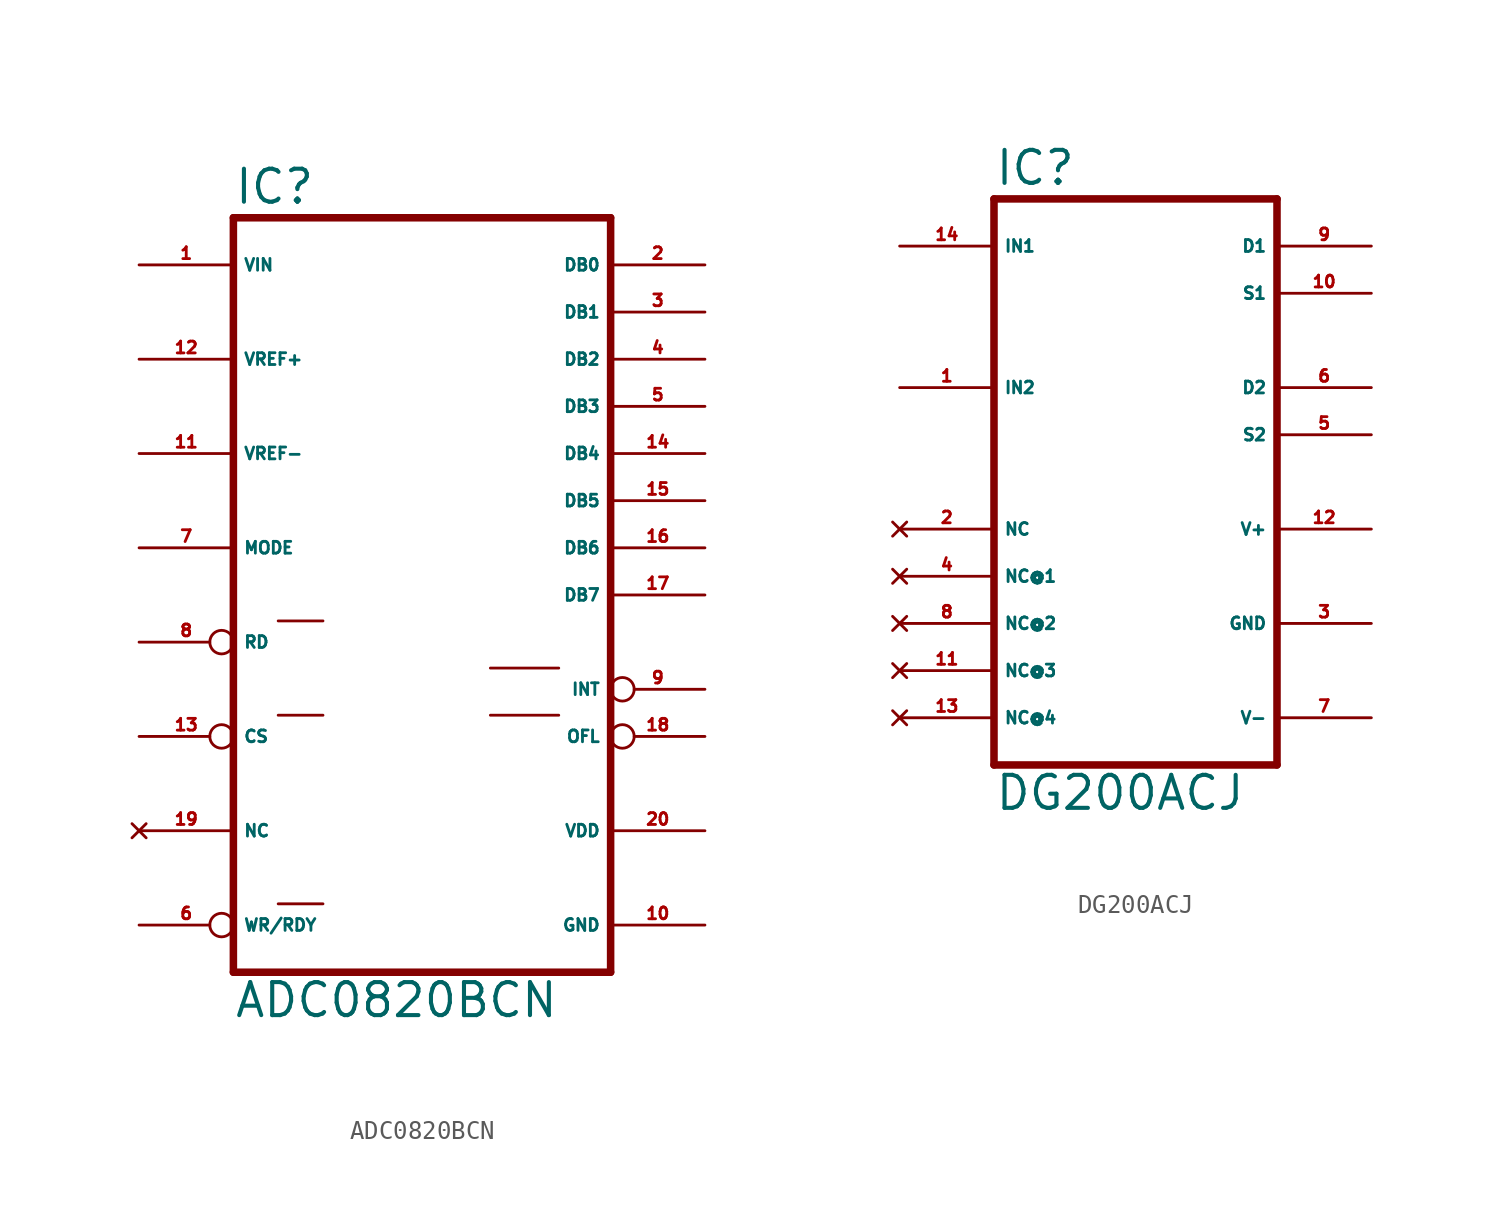
<source format=kicad_sym>
(kicad_symbol_lib
  (version 20220914)
  (generator Eagle2Kicad)
  (symbol "ADC0820BCN"
    (property "Reference" "IC"
      (at -10.16 20.955 0)
      (effects (font (size 1.778 1.778) (thickness 0.22)) (justify left bottom)))
    (property "Value" "ADC0820BCN"
      (at -10.16 -22.86 0)
      (effects (font (size 1.778 1.778) (thickness 0.22)) (justify left bottom)))
    (polyline
      (pts (xy 10.16 -20.32) (xy -10.16 -20.32))
      (stroke (width 0.406) (type default))
      (fill (type none)))
    (polyline
      (pts (xy -10.16 20.32) (xy -10.16 -20.32))
      (stroke (width 0.406) (type default))
      (fill (type none)))
    (polyline
      (pts (xy -10.16 20.32) (xy 10.16 20.32))
      (stroke (width 0.406) (type default))
      (fill (type none)))
    (polyline
      (pts (xy 10.16 -20.32) (xy 10.16 20.32))
      (stroke (width 0.406) (type default))
      (fill (type none)))
    (polyline
      (pts (xy -7.747 -6.477) (xy -5.334 -6.477))
      (stroke (width 0.152) (type default))
      (fill (type none)))
    (polyline
      (pts (xy -7.747 -1.397) (xy -5.334 -1.397))
      (stroke (width 0.152) (type default))
      (fill (type none)))
    (polyline
      (pts (xy -7.747 -16.637) (xy -5.334 -16.637))
      (stroke (width 0.152) (type default))
      (fill (type none)))
    (polyline
      (pts (xy 3.683 -6.477) (xy 7.366 -6.477))
      (stroke (width 0.152) (type default))
      (fill (type none)))
    (polyline
      (pts (xy 3.683 -3.937) (xy 7.366 -3.937))
      (stroke (width 0.152) (type default))
      (fill (type none)))
    (pin tri_state line
      (at 15.24 17.78 180)
      (length 5.08)
      (name "DB0" (effects (font (size 0.635 0.635) (thickness 0.08)) (justify left bottom)))
      (number "2" (effects (font (size 0.635 0.635) (thickness 0.08)) (justify left bottom))))
    (pin tri_state line
      (at 15.24 15.24 180)
      (length 5.08)
      (name "DB1" (effects (font (size 0.635 0.635) (thickness 0.08)) (justify left bottom)))
      (number "3" (effects (font (size 0.635 0.635) (thickness 0.08)) (justify left bottom))))
    (pin tri_state line
      (at 15.24 12.7 180)
      (length 5.08)
      (name "DB2" (effects (font (size 0.635 0.635) (thickness 0.08)) (justify left bottom)))
      (number "4" (effects (font (size 0.635 0.635) (thickness 0.08)) (justify left bottom))))
    (pin tri_state line
      (at 15.24 10.16 180)
      (length 5.08)
      (name "DB3" (effects (font (size 0.635 0.635) (thickness 0.08)) (justify left bottom)))
      (number "5" (effects (font (size 0.635 0.635) (thickness 0.08)) (justify left bottom))))
    (pin tri_state line
      (at 15.24 7.62 180)
      (length 5.08)
      (name "DB4" (effects (font (size 0.635 0.635) (thickness 0.08)) (justify left bottom)))
      (number "14" (effects (font (size 0.635 0.635) (thickness 0.08)) (justify left bottom))))
    (pin tri_state line
      (at 15.24 5.08 180)
      (length 5.08)
      (name "DB5" (effects (font (size 0.635 0.635) (thickness 0.08)) (justify left bottom)))
      (number "15" (effects (font (size 0.635 0.635) (thickness 0.08)) (justify left bottom))))
    (pin tri_state line
      (at 15.24 2.54 180)
      (length 5.08)
      (name "DB6" (effects (font (size 0.635 0.635) (thickness 0.08)) (justify left bottom)))
      (number "16" (effects (font (size 0.635 0.635) (thickness 0.08)) (justify left bottom))))
    (pin tri_state line
      (at 15.24 0 180)
      (length 5.08)
      (name "DB7" (effects (font (size 0.635 0.635) (thickness 0.08)) (justify left bottom)))
      (number "17" (effects (font (size 0.635 0.635) (thickness 0.08)) (justify left bottom))))
    (pin bidirectional inverted
      (at -15.24 -17.78 0)
      (length 5.08)
      (name "WR/RDY" (effects (font (size 0.635 0.635) (thickness 0.08)) (justify left bottom)))
      (number "6" (effects (font (size 0.635 0.635) (thickness 0.08)) (justify left bottom))))
    (pin input line
      (at -15.24 2.54 0)
      (length 5.08)
      (name "MODE" (effects (font (size 0.635 0.635) (thickness 0.08)) (justify left bottom)))
      (number "7" (effects (font (size 0.635 0.635) (thickness 0.08)) (justify left bottom))))
    (pin input inverted
      (at -15.24 -2.54 0)
      (length 5.08)
      (name "RD" (effects (font (size 0.635 0.635) (thickness 0.08)) (justify left bottom)))
      (number "8" (effects (font (size 0.635 0.635) (thickness 0.08)) (justify left bottom))))
    (pin output inverted
      (at 15.24 -5.08 180)
      (length 5.08)
      (name "INT" (effects (font (size 0.635 0.635) (thickness 0.08)) (justify left bottom)))
      (number "9" (effects (font (size 0.635 0.635) (thickness 0.08)) (justify left bottom))))
    (pin input inverted
      (at -15.24 -7.62 0)
      (length 5.08)
      (name "CS" (effects (font (size 0.635 0.635) (thickness 0.08)) (justify left bottom)))
      (number "13" (effects (font (size 0.635 0.635) (thickness 0.08)) (justify left bottom))))
    (pin passive line
      (at -15.24 7.62 0)
      (length 5.08)
      (name "VREF-" (effects (font (size 0.635 0.635) (thickness 0.08)) (justify left bottom)))
      (number "11" (effects (font (size 0.635 0.635) (thickness 0.08)) (justify left bottom))))
    (pin passive line
      (at -15.24 12.7 0)
      (length 5.08)
      (name "VREF+" (effects (font (size 0.635 0.635) (thickness 0.08)) (justify left bottom)))
      (number "12" (effects (font (size 0.635 0.635) (thickness 0.08)) (justify left bottom))))
    (pin output inverted
      (at 15.24 -7.62 180)
      (length 5.08)
      (name "OFL" (effects (font (size 0.635 0.635) (thickness 0.08)) (justify left bottom)))
      (number "18" (effects (font (size 0.635 0.635) (thickness 0.08)) (justify left bottom))))
    (pin unspecified line
      (at 15.24 -12.7 180)
      (length 5.08)
      (name "VDD" (effects (font (size 0.635 0.635) (thickness 0.08)) (justify left bottom)))
      (number "20" (effects (font (size 0.635 0.635) (thickness 0.08)) (justify left bottom))))
    (pin unspecified line
      (at 15.24 -17.78 180)
      (length 5.08)
      (name "GND" (effects (font (size 0.635 0.635) (thickness 0.08)) (justify left bottom)))
      (number "10" (effects (font (size 0.635 0.635) (thickness 0.08)) (justify left bottom))))
    (pin input line
      (at -15.24 17.78 0)
      (length 5.08)
      (name "VIN" (effects (font (size 0.635 0.635) (thickness 0.08)) (justify left bottom)))
      (number "1" (effects (font (size 0.635 0.635) (thickness 0.08)) (justify left bottom))))
    (pin no_connect line
      (at -15.24 -12.7 0)
      (length 5.08)
      (name "NC" (effects (font (size 0.635 0.635) (thickness 0.08)) (justify left bottom) hide))
      (number "19" (effects (font (size 0.635 0.635) (thickness 0.08)) (justify left bottom) hide))))
  (symbol "DG200ACJ"
    (property "Reference" "IC"
      (at -7.62 15.875 0)
      (effects (font (size 1.778 1.778) (thickness 0.22)) (justify left bottom)))
    (property "Value" "DG200ACJ"
      (at -7.62 -17.78 0)
      (effects (font (size 1.778 1.778) (thickness 0.22)) (justify left bottom)))
    (polyline
      (pts (xy 7.62 -15.24) (xy -7.62 -15.24))
      (stroke (width 0.406) (type default))
      (fill (type none)))
    (polyline
      (pts (xy -7.62 15.24) (xy -7.62 -15.24))
      (stroke (width 0.406) (type default))
      (fill (type none)))
    (polyline
      (pts (xy -7.62 15.24) (xy 7.62 15.24))
      (stroke (width 0.406) (type default))
      (fill (type none)))
    (polyline
      (pts (xy 7.62 -15.24) (xy 7.62 15.24))
      (stroke (width 0.406) (type default))
      (fill (type none)))
    (pin passive line
      (at 12.7 10.16 180)
      (length 5.08)
      (name "S1" (effects (font (size 0.635 0.635) (thickness 0.08)) (justify left bottom)))
      (number "10" (effects (font (size 0.635 0.635) (thickness 0.08)) (justify left bottom))))
    (pin passive line
      (at 12.7 2.54 180)
      (length 5.08)
      (name "S2" (effects (font (size 0.635 0.635) (thickness 0.08)) (justify left bottom)))
      (number "5" (effects (font (size 0.635 0.635) (thickness 0.08)) (justify left bottom))))
    (pin input line
      (at -12.7 12.7 0)
      (length 5.08)
      (name "IN1" (effects (font (size 0.635 0.635) (thickness 0.08)) (justify left bottom)))
      (number "14" (effects (font (size 0.635 0.635) (thickness 0.08)) (justify left bottom))))
    (pin input line
      (at -12.7 5.08 0)
      (length 5.08)
      (name "IN2" (effects (font (size 0.635 0.635) (thickness 0.08)) (justify left bottom)))
      (number "1" (effects (font (size 0.635 0.635) (thickness 0.08)) (justify left bottom))))
    (pin passive line
      (at 12.7 12.7 180)
      (length 5.08)
      (name "D1" (effects (font (size 0.635 0.635) (thickness 0.08)) (justify left bottom)))
      (number "9" (effects (font (size 0.635 0.635) (thickness 0.08)) (justify left bottom))))
    (pin passive line
      (at 12.7 5.08 180)
      (length 5.08)
      (name "D2" (effects (font (size 0.635 0.635) (thickness 0.08)) (justify left bottom)))
      (number "6" (effects (font (size 0.635 0.635) (thickness 0.08)) (justify left bottom))))
    (pin no_connect line
      (at -12.7 -2.54 0)
      (length 5.08)
      (name "NC" (effects (font (size 0.635 0.635) (thickness 0.08)) (justify left bottom) hide))
      (number "2" (effects (font (size 0.635 0.635) (thickness 0.08)) (justify left bottom) hide)))
    (pin no_connect line
      (at -12.7 -5.08 0)
      (length 5.08)
      (name "NC@1" (effects (font (size 0.635 0.635) (thickness 0.08)) (justify left bottom) hide))
      (number "4" (effects (font (size 0.635 0.635) (thickness 0.08)) (justify left bottom) hide)))
    (pin no_connect line
      (at -12.7 -7.62 0)
      (length 5.08)
      (name "NC@2" (effects (font (size 0.635 0.635) (thickness 0.08)) (justify left bottom) hide))
      (number "8" (effects (font (size 0.635 0.635) (thickness 0.08)) (justify left bottom) hide)))
    (pin no_connect line
      (at -12.7 -10.16 0)
      (length 5.08)
      (name "NC@3" (effects (font (size 0.635 0.635) (thickness 0.08)) (justify left bottom) hide))
      (number "11" (effects (font (size 0.635 0.635) (thickness 0.08)) (justify left bottom) hide)))
    (pin unspecified line
      (at 12.7 -7.62 180)
      (length 5.08)
      (name "GND" (effects (font (size 0.635 0.635) (thickness 0.08)) (justify left bottom)))
      (number "3" (effects (font (size 0.635 0.635) (thickness 0.08)) (justify left bottom))))
    (pin unspecified line
      (at 12.7 -12.7 180)
      (length 5.08)
      (name "V-" (effects (font (size 0.635 0.635) (thickness 0.08)) (justify left bottom)))
      (number "7" (effects (font (size 0.635 0.635) (thickness 0.08)) (justify left bottom))))
    (pin unspecified line
      (at 12.7 -2.54 180)
      (length 5.08)
      (name "V+" (effects (font (size 0.635 0.635) (thickness 0.08)) (justify left bottom)))
      (number "12" (effects (font (size 0.635 0.635) (thickness 0.08)) (justify left bottom))))
    (pin no_connect line
      (at -12.7 -12.7 0)
      (length 5.08)
      (name "NC@4" (effects (font (size 0.635 0.635) (thickness 0.08)) (justify left bottom) hide))
      (number "13" (effects (font (size 0.635 0.635) (thickness 0.08)) (justify left bottom) hide)))))
</source>
